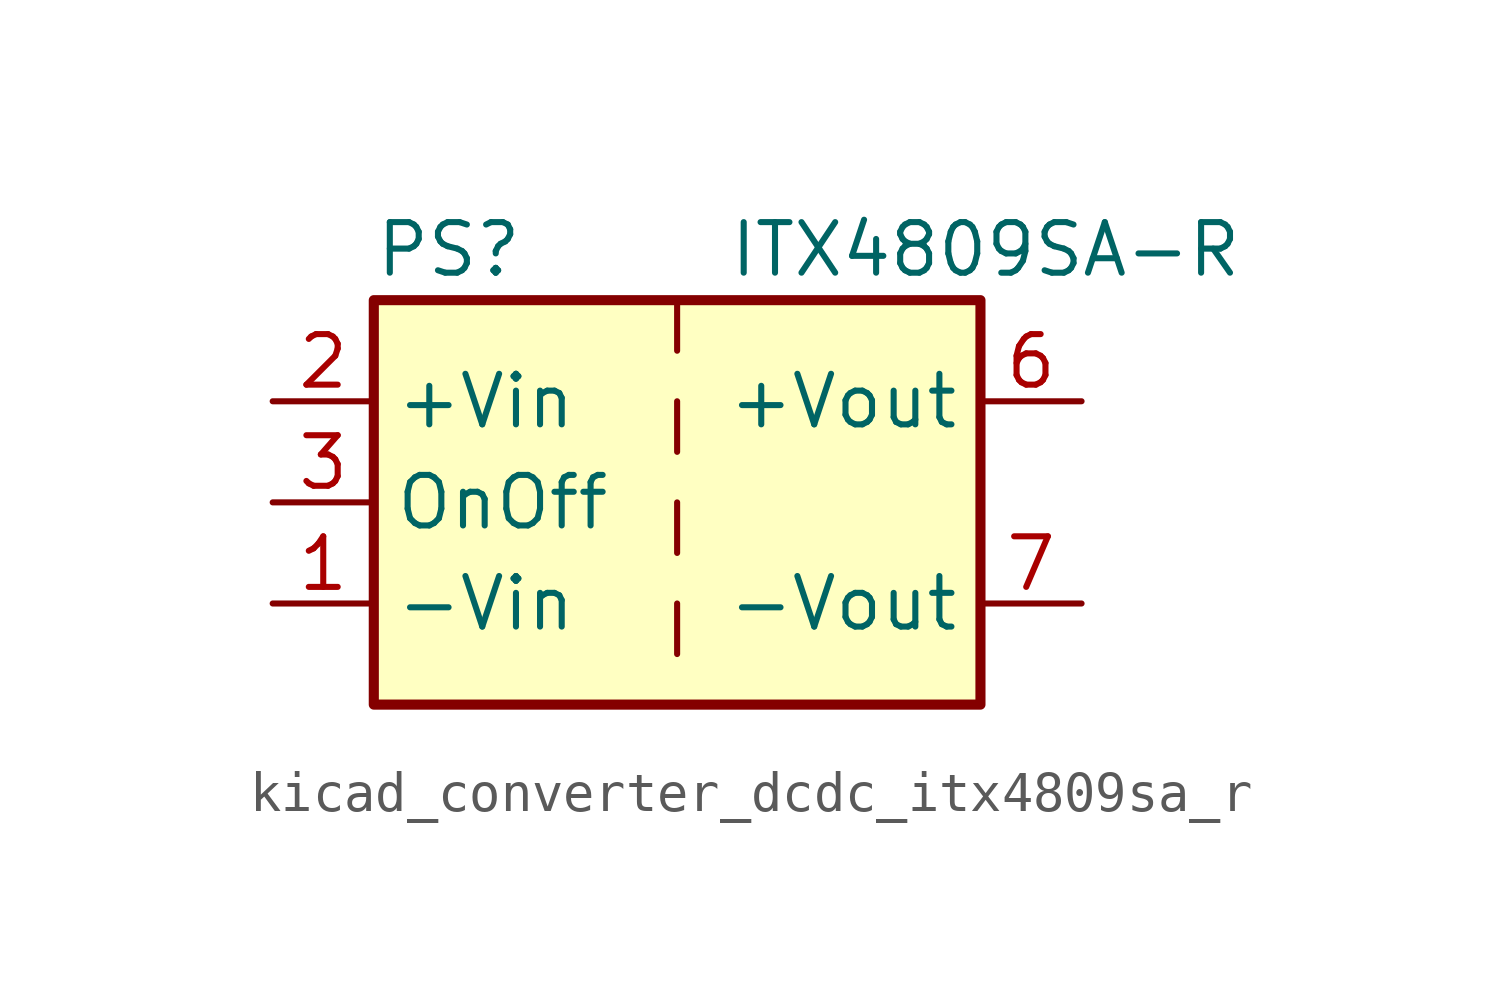
<source format=kicad_sym>
(kicad_symbol_lib
  (version 20220914)
  (generator kicad_symbol_editor)
  (symbol "kicad_converter_dcdc_itx4809sa_r"
    (property "Reference" "PS"
      (at -7.62 6.35 0)
      (effects (font (size 1.27 1.27)) (justify left)))
    (property "Value" "ITX4809SA-R"
      (at 1.27 6.35 0)
      (effects (font (size 1.27 1.27)) (justify left)))
    (symbol "kicad_converter_dcdc_itx4809sa_r_0_0"
      (pin power_in line (at -10.16 -2.54 0) (length 2.54) (name "-Vin" (effects (font (size 1.27 1.27)))) (number "1" (effects (font (size 1.27 1.27)))))
      (pin power_in line (at -10.16 2.54 0) (length 2.54) (name "+Vin" (effects (font (size 1.27 1.27)))) (number "2" (effects (font (size 1.27 1.27)))))
      (pin input line (at -10.16 0 0) (length 2.54) (name "OnOff" (effects (font (size 1.27 1.27)))) (number "3" (effects (font (size 1.27 1.27)))))
      (pin no_connect line (at 0 5.08 270) (length 2.54) hide (name "NC" (effects (font (size 1.27 1.27)))) (number "5" (effects (font (size 1.27 1.27)))))
      (pin power_out line (at 10.16 2.54 180) (length 2.54) (name "+Vout" (effects (font (size 1.27 1.27)))) (number "6" (effects (font (size 1.27 1.27)))))
      (pin power_out line (at 10.16 -2.54 180) (length 2.54) (name "-Vout" (effects (font (size 1.27 1.27)))) (number "7" (effects (font (size 1.27 1.27)))))
      (pin no_connect line (at 7.62 0 180) (length 2.54) hide (name "NC" (effects (font (size 1.27 1.27)))) (number "8" (effects (font (size 1.27 1.27))))))
    (symbol "kicad_converter_dcdc_itx4809sa_r_0_1"
      (rectangle (start -7.62 5.08) (end 7.62 -5.08) (stroke (width 0.254) (type default)) (fill (type background)))
      (polyline (pts (xy 0 -2.54) (xy 0 -3.81)) (stroke (width 0) (type default)) (fill (type none)))
      (polyline (pts (xy 0 0) (xy 0 -1.27)) (stroke (width 0) (type default)) (fill (type none)))
      (polyline (pts (xy 0 2.54) (xy 0 1.27)) (stroke (width 0) (type default)) (fill (type none)))
      (polyline (pts (xy 0 5.08) (xy 0 3.81)) (stroke (width 0) (type default)) (fill (type none))))))
</source>
